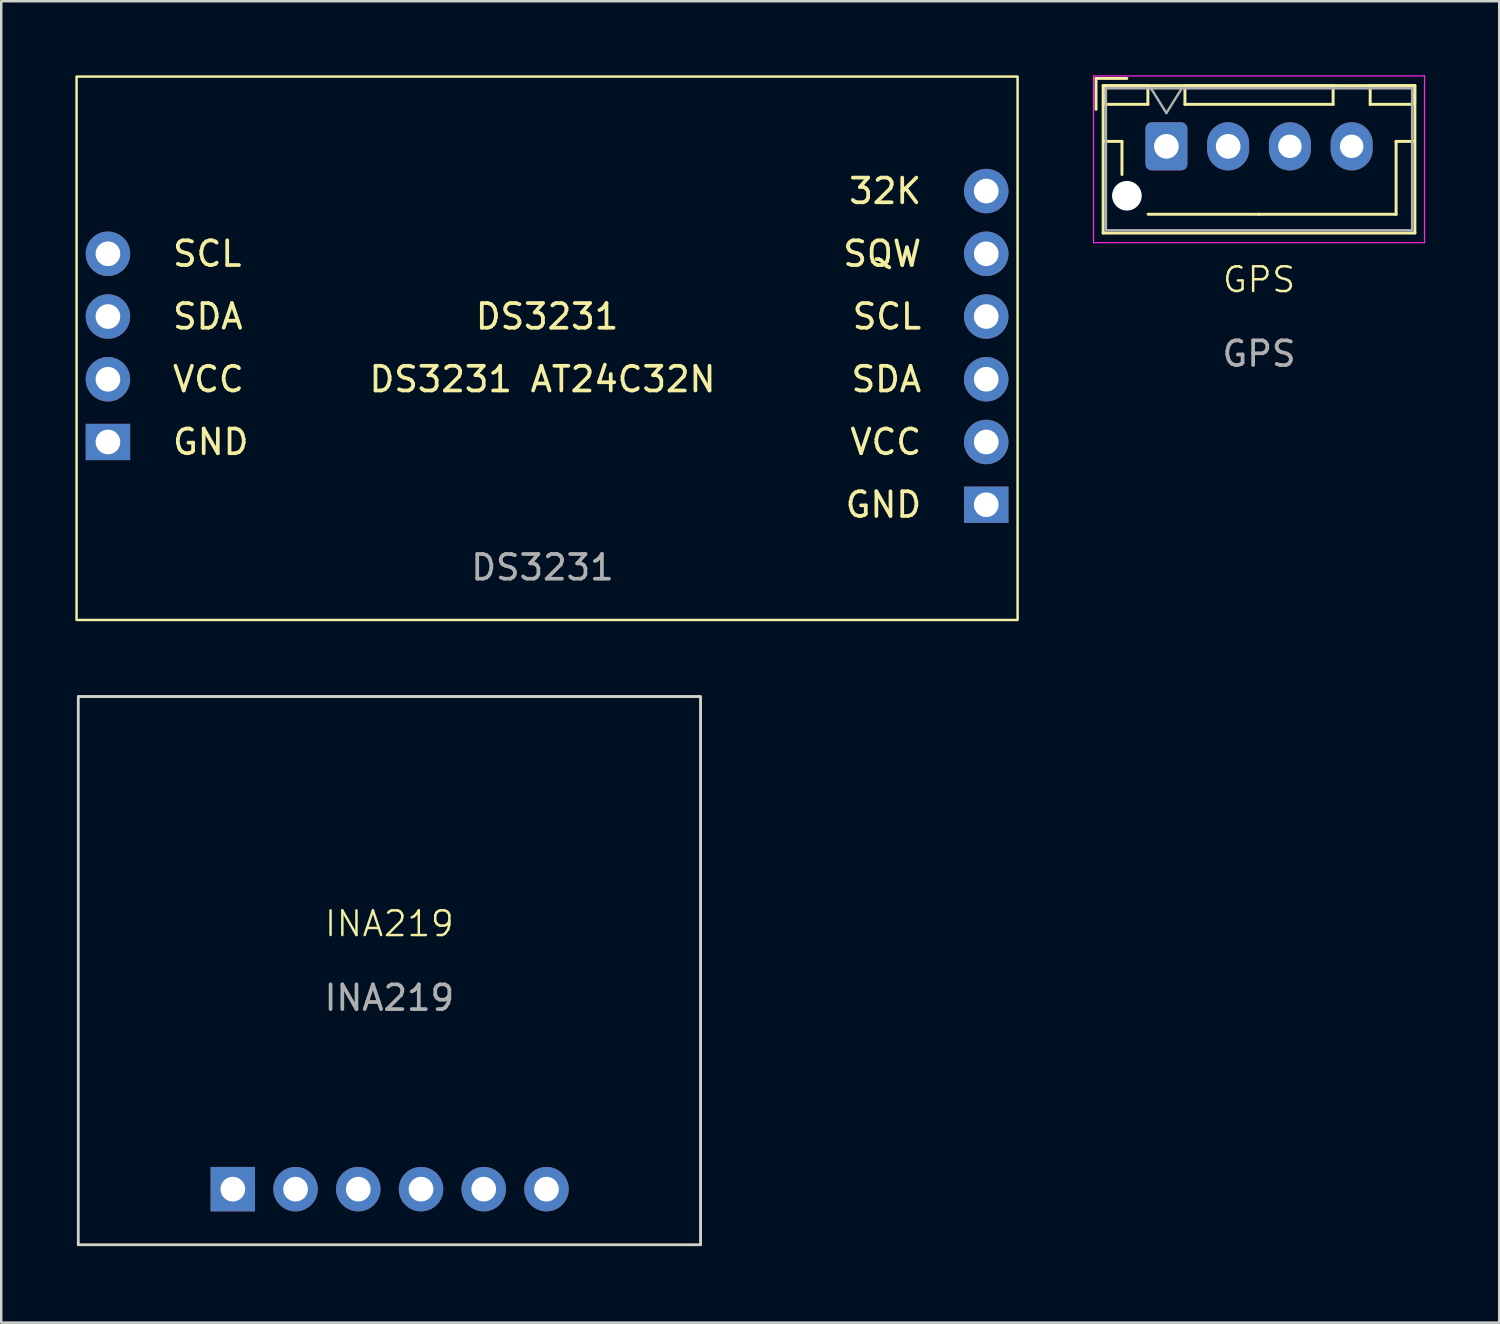
<source format=kicad_pcb>
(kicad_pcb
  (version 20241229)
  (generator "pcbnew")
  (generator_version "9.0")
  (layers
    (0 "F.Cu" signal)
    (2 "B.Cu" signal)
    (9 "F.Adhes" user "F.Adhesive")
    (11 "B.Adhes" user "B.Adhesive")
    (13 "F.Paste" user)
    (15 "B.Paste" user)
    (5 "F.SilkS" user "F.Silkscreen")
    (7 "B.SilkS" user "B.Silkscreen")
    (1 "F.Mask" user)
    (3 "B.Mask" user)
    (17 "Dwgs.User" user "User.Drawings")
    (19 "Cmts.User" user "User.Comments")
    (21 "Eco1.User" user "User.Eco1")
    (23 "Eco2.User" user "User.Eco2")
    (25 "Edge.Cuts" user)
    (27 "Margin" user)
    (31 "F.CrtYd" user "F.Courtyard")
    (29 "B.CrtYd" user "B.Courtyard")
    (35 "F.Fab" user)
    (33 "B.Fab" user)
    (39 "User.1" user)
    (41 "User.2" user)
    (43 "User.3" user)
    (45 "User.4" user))
  (footprint "INA219"
    (layer "F.Cu")
    (at 12.715 36.35)
    (property "Reference" "INA219" (at 0 -2 0) (unlocked yes) (layer "F.SilkS") (effects (font (size 1 1) (thickness 0.1))))
    (attr smd)
    (fp_rect (start -12.6 -11.2) (end 12.6 11) (stroke (width 0.1) (type default)) (fill no) (layer "F.SilkS"))
    (fp_rect (start -12.6 -11.2) (end 12.6 11) (stroke (width 0.1) (type default)) (fill no) (layer "Edge.Cuts"))
    (fp_text user "${REFERENCE}" (at 0 1 0) (unlocked yes) (layer "F.Fab") (effects (font (size 1 1) (thickness 0.15))))
    (pad "1" thru_hole rect (at -6.339 8.746) (size 1.8 1.8) (drill 1) (layers "*.Cu" "*.Mask"))
    (pad "2" thru_hole circle (at -3.799 8.746) (size 1.8 1.8) (drill 1) (layers "*.Cu" "*.Mask"))
    (pad "3" thru_hole circle (at -1.259 8.746) (size 1.8 1.8) (drill 1) (layers "*.Cu" "*.Mask"))
    (pad "4" thru_hole circle (at 1.281 8.746) (size 1.8 1.8) (drill 1) (layers "*.Cu" "*.Mask"))
    (pad "5" thru_hole circle (at 3.821 8.746) (size 1.8 1.8) (drill 1) (layers "*.Cu" "*.Mask"))
    (pad "6" thru_hole circle (at 6.361 8.746) (size 1.8 1.8) (drill 1) (layers "*.Cu" "*.Mask"))
    (zone (net_name "") (layer "F.CrtYd") (hatch edge 0.5) (connect_pads) (min_thickness 0.25) (filled_areas_thickness no) (keepout (tracks not_allowed) (vias not_allowed) (pads not_allowed) (copperpour allowed) (footprints not_allowed)) (placement (enabled no)) (fill) (polygon (pts (xy 0 25.2) (xy 25.4 25.2) (xy 25.4 47.5) (xy 0 47.5)))))
  (footprint "DS3231"
    (layer "F.Cu")
    (at 19.1 12.305)
    (property "Reference" "DS3231" (at 0 -2.54 0) (unlocked yes) (layer "F.SilkS") (effects (font (size 1 1) (thickness 0.15))))
    (attr smd)
    (fp_rect (start -19.05 -12.255) (end 19.05 9.745) (stroke (width 0.1) (type default)) (fill no) (layer "F.SilkS"))
    (fp_text user "32K" (at 15.24 -7.62 0) (unlocked yes) (layer "F.SilkS") (effects (font (size 1 1) (thickness 0.15) (bold yes)) (justify right)))
    (fp_text user "VCC" (at 15.24 2.54 0) (unlocked yes) (layer "F.SilkS") (effects (font (size 1 1) (thickness 0.15) (bold yes)) (justify right)))
    (fp_text user "SCL" (at -15.24 -5.08 0) (unlocked yes) (layer "F.SilkS") (effects (font (size 1 1) (thickness 0.15)) (justify left)))
    (fp_text user "SDA" (at 15.24 -0.000001 0) (unlocked yes) (layer "F.SilkS") (effects (font (size 1 1) (thickness 0.15) (bold yes)) (justify right)))
    (fp_text user "SCL" (at 15.24 -2.54 0) (unlocked yes) (layer "F.SilkS") (effects (font (size 1 1) (thickness 0.15) (bold yes)) (justify right)))
    (fp_text user "VCC" (at -15.24 0 0) (unlocked yes) (layer "F.SilkS") (effects (font (size 1 1) (thickness 0.15)) (justify left)))
    (fp_text user "GND" (at -15.24 2.54 0) (unlocked yes) (layer "F.SilkS") (effects (font (size 1 1) (thickness 0.15)) (justify left)))
    (fp_text user "SDA" (at -15.24 -2.54 0) (unlocked yes) (layer "F.SilkS") (effects (font (size 1 1) (thickness 0.15)) (justify left)))
    (fp_text user "GND" (at 15.24 5.08 0) (unlocked yes) (layer "F.SilkS") (effects (font (size 1 1) (thickness 0.15) (bold yes)) (justify right)))
    (fp_text user "SQW" (at 15.24 -5.08 0) (unlocked yes) (layer "F.SilkS") (effects (font (size 1 1) (thickness 0.15) (bold yes)) (justify right)))
    (fp_text user "DS3231 AT24C32N" (at -0.185 0 0) (unlocked yes) (layer "F.SilkS") (effects (font (size 1 1) (thickness 0.15))))
    (fp_text user "${REFERENCE}" (at -0.185 7.62 0) (unlocked yes) (layer "F.Fab") (effects (font (size 1 1) (thickness 0.15))))
    (pad "1" thru_hole rect (at 17.78 5.08 180) (size 1.8 1.47) (drill 1) (layers "*.Cu" "*.Mask"))
    (pad "2" thru_hole circle (at 17.78 2.54 180) (size 1.8 1.8) (drill 1) (layers "*.Cu" "*.Mask"))
    (pad "3" thru_hole circle (at 17.78 -0.000001 180) (size 1.8 1.8) (drill 1) (layers "*.Cu" "*.Mask"))
    (pad "4" thru_hole circle (at 17.78 -2.54 180) (size 1.8 1.8) (drill 1) (layers "*.Cu" "*.Mask"))
    (pad "5" thru_hole circle (at 17.78 -5.08 180) (size 1.8 1.8) (drill 1) (layers "*.Cu" "*.Mask"))
    (pad "6" thru_hole circle (at 17.78 -7.62 180) (size 1.8 1.8) (drill 1) (layers "*.Cu" "*.Mask"))
    (pad "7" thru_hole rect (at -17.78 2.54 180) (size 1.8 1.47) (drill 1) (layers "*.Cu" "*.Mask"))
    (pad "8" thru_hole circle (at -17.78 0 180) (size 1.8 1.8) (drill 1) (layers "*.Cu" "*.Mask"))
    (pad "9" thru_hole circle (at -17.78 -2.54 180) (size 1.8 1.8) (drill 1) (layers "*.Cu" "*.Mask"))
    (pad "10" thru_hole circle (at -17.78 -5.08 180) (size 1.8 1.8) (drill 1) (layers "*.Cu" "*.Mask")))
  (footprint "GPS"
    (layer "F.Cu")
    (at 47.925 7.175)
    (property "Reference" "GPS" (at 0 1.1 0) (unlocked yes) (layer "F.SilkS") (effects (font (size 1 1) (thickness 0.1))))
    (attr smd)
    (fp_line (start -6.6 -7.05) (end -6.6 -5.8) (stroke (width 0.12) (type solid)) (layer "F.SilkS"))
    (fp_line (start -6.31 -6.76) (end -6.31 -0.79) (stroke (width 0.12) (type solid)) (layer "F.SilkS"))
    (fp_line (start -6.31 -0.79) (end 6.31 -0.79) (stroke (width 0.12) (type solid)) (layer "F.SilkS"))
    (fp_line (start -6.3 -6.75) (end -6.3 -6) (stroke (width 0.12) (type solid)) (layer "F.SilkS"))
    (fp_line (start -6.3 -6) (end -4.5 -6) (stroke (width 0.12) (type solid)) (layer "F.SilkS"))
    (fp_line (start -6.3 -4.5) (end -5.55 -4.5) (stroke (width 0.12) (type solid)) (layer "F.SilkS"))
    (fp_line (start -5.55 -4.5) (end -5.55 -3.16) (stroke (width 0.12) (type solid)) (layer "F.SilkS"))
    (fp_line (start -5.35 -7.05) (end -6.6 -7.05) (stroke (width 0.12) (type solid)) (layer "F.SilkS"))
    (fp_line (start -4.5 -6.75) (end -6.3 -6.75) (stroke (width 0.12) (type solid)) (layer "F.SilkS"))
    (fp_line (start -4.5 -6) (end -4.5 -6.75) (stroke (width 0.12) (type solid)) (layer "F.SilkS"))
    (fp_line (start -3 -6.75) (end -3 -6) (stroke (width 0.12) (type solid)) (layer "F.SilkS"))
    (fp_line (start -3 -6) (end 3 -6) (stroke (width 0.12) (type solid)) (layer "F.SilkS"))
    (fp_line (start 0 -1.55) (end -4.49 -1.55) (stroke (width 0.12) (type solid)) (layer "F.SilkS"))
    (fp_line (start 3 -6.75) (end -3 -6.75) (stroke (width 0.12) (type solid)) (layer "F.SilkS"))
    (fp_line (start 3 -6) (end 3 -6.75) (stroke (width 0.12) (type solid)) (layer "F.SilkS"))
    (fp_line (start 4.5 -6.75) (end 4.5 -6) (stroke (width 0.12) (type solid)) (layer "F.SilkS"))
    (fp_line (start 4.5 -6) (end 6.3 -6) (stroke (width 0.12) (type solid)) (layer "F.SilkS"))
    (fp_line (start 5.55 -4.5) (end 5.55 -1.55) (stroke (width 0.12) (type solid)) (layer "F.SilkS"))
    (fp_line (start 5.55 -1.55) (end 0 -1.55) (stroke (width 0.12) (type solid)) (layer "F.SilkS"))
    (fp_line (start 6.3 -6.75) (end 4.5 -6.75) (stroke (width 0.12) (type solid)) (layer "F.SilkS"))
    (fp_line (start 6.3 -6) (end 6.3 -6.75) (stroke (width 0.12) (type solid)) (layer "F.SilkS"))
    (fp_line (start 6.3 -4.5) (end 5.55 -4.5) (stroke (width 0.12) (type solid)) (layer "F.SilkS"))
    (fp_line (start 6.31 -6.76) (end -6.31 -6.76) (stroke (width 0.12) (type solid)) (layer "F.SilkS"))
    (fp_line (start 6.31 -0.79) (end 6.31 -6.76) (stroke (width 0.12) (type solid)) (layer "F.SilkS"))
    (fp_line (start -6.7 -7.15) (end -6.7 -0.4) (stroke (width 0.05) (type solid)) (layer "F.CrtYd"))
    (fp_line (start -6.7 -0.4) (end 6.7 -0.4) (stroke (width 0.05) (type solid)) (layer "F.CrtYd"))
    (fp_line (start 6.7 -7.15) (end -6.7 -7.15) (stroke (width 0.05) (type solid)) (layer "F.CrtYd"))
    (fp_line (start 6.7 -0.4) (end 6.7 -7.15) (stroke (width 0.05) (type solid)) (layer "F.CrtYd"))
    (fp_line (start -6.2 -6.65) (end -6.2 -0.9) (stroke (width 0.1) (type solid)) (layer "F.Fab"))
    (fp_line (start -6.2 -0.9) (end 6.2 -0.9) (stroke (width 0.1) (type solid)) (layer "F.Fab"))
    (fp_line (start -4.375 -6.65) (end -3.75 -5.65) (stroke (width 0.1) (type solid)) (layer "F.Fab"))
    (fp_line (start -3.75 -5.65) (end -3.125 -6.65) (stroke (width 0.1) (type solid)) (layer "F.Fab"))
    (fp_line (start 6.2 -6.65) (end -6.2 -6.65) (stroke (width 0.1) (type solid)) (layer "F.Fab"))
    (fp_line (start 6.2 -0.9) (end 6.2 -6.65) (stroke (width 0.1) (type solid)) (layer "F.Fab"))
    (fp_text user "${REFERENCE}" (at 0 4.1 0) (unlocked yes) (layer "F.Fab") (effects (font (size 1 1) (thickness 0.15))))
    (pad "" np_thru_hole circle (at -5.35 -2.3) (size 1.2 1.2) (drill 1.2) (layers "*.Cu" "*.Mask"))
    (pad "1" thru_hole roundrect (at -3.75 -4.3) (size 1.7 1.95) (drill 1) (layers "*.Cu" "*.Mask") (roundrect_rratio 0.147))
    (pad "2" thru_hole oval (at -1.25 -4.3) (size 1.7 1.95) (drill 1) (layers "*.Cu" "*.Mask"))
    (pad "3" thru_hole oval (at 1.25 -4.3) (size 1.7 1.95) (drill 0.95) (layers "*.Cu" "*.Mask"))
    (pad "4" thru_hole oval (at 3.75 -4.3) (size 1.7 1.95) (drill 0.95) (layers "*.Cu" "*.Mask"))
    (zone (net_name "") (layer "F.CrtYd") (hatch edge 0.5) (connect_pads) (min_thickness 0.25) (filled_areas_thickness no) (keepout (tracks not_allowed) (vias not_allowed) (pads not_allowed) (copperpour allowed) (footprints not_allowed)) (placement (enabled no)) (fill) (polygon (pts (xy 54.625 6.775) (xy 41.225 6.775) (xy 41.225 0.025) (xy 54.625 0.025)))))
  (gr_rect
    (start -3 -3)
    (end 57.65 50.5)
    (stroke (width 0.1) (type default))
    (fill no)
    (layer "Edge.Cuts")))
</source>
